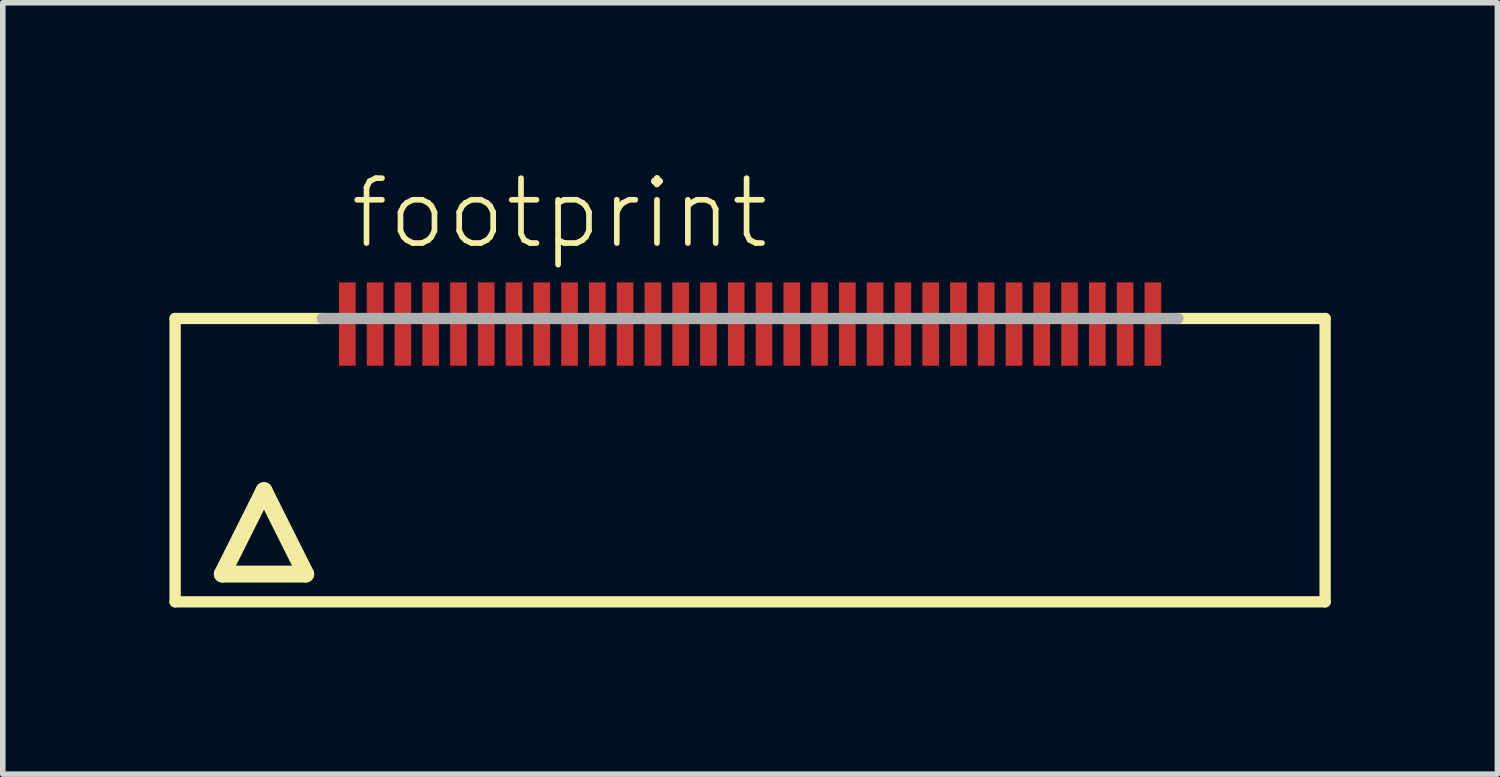
<source format=kicad_pcb>
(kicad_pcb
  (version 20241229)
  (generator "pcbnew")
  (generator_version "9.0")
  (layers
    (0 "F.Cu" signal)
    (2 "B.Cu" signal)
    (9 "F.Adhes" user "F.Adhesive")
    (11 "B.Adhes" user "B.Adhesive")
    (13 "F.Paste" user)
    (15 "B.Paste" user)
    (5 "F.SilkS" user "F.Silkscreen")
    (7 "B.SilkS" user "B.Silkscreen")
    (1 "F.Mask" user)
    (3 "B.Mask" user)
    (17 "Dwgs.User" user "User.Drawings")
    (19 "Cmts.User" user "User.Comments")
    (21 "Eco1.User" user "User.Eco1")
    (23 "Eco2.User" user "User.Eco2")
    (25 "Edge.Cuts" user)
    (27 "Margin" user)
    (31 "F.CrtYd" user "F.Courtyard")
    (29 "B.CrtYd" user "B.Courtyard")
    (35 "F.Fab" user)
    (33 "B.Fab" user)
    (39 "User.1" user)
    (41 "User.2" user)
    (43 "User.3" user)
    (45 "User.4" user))
  (footprint "footprint"
    (layer "F.Cu")
    (at 10.452 5.283)
    (property "Reference" "footprint" (at -7.25 -3.81 0) (layer "F.SilkS") (effects (font (size 1.168 1.168) (thickness 0.102)) (justify left bottom)))
    (fp_line (start -10.35 -2.6) (end -7.7 -2.6) (stroke (width 0.203) (type solid)) (layer "F.SilkS"))
    (fp_line (start -10.35 2.5) (end -10.35 -2.6) (stroke (width 0.203) (type solid)) (layer "F.SilkS"))
    (fp_line (start -9.5 2) (end -8 2) (stroke (width 0.305) (type solid)) (layer "F.SilkS"))
    (fp_line (start -8.75 0.5) (end -9.5 2) (stroke (width 0.305) (type solid)) (layer "F.SilkS"))
    (fp_line (start -8 2) (end -8.75 0.5) (stroke (width 0.305) (type solid)) (layer "F.SilkS"))
    (fp_line (start 7.7 -2.6) (end 10.35 -2.6) (stroke (width 0.203) (type solid)) (layer "F.SilkS"))
    (fp_line (start 10.35 -2.6) (end 10.35 2.5) (stroke (width 0.203) (type solid)) (layer "F.SilkS"))
    (fp_line (start 10.35 2.5) (end -10.35 2.5) (stroke (width 0.203) (type solid)) (layer "F.SilkS"))
    (fp_line (start -7.7 -2.6) (end 7.7 -2.6) (stroke (width 0.203) (type solid)) (layer "F.Fab"))
    (pad "1" smd rect (at -7.25 -2.5) (size 0.3 1.5) (layers "F.Cu" "F.Mask" "F.Paste"))
    (pad "2" smd rect (at -6.75 -2.5) (size 0.3 1.5) (layers "F.Cu" "F.Mask" "F.Paste"))
    (pad "3" smd rect (at -6.25 -2.5) (size 0.3 1.5) (layers "F.Cu" "F.Mask" "F.Paste"))
    (pad "4" smd rect (at -5.75 -2.5) (size 0.3 1.5) (layers "F.Cu" "F.Mask" "F.Paste"))
    (pad "5" smd rect (at -5.25 -2.5) (size 0.3 1.5) (layers "F.Cu" "F.Mask" "F.Paste"))
    (pad "6" smd rect (at -4.75 -2.5) (size 0.3 1.5) (layers "F.Cu" "F.Mask" "F.Paste"))
    (pad "7" smd rect (at -4.25 -2.5) (size 0.3 1.5) (layers "F.Cu" "F.Mask" "F.Paste"))
    (pad "8" smd rect (at -3.75 -2.5) (size 0.3 1.5) (layers "F.Cu" "F.Mask" "F.Paste"))
    (pad "9" smd rect (at -3.25 -2.5) (size 0.3 1.5) (layers "F.Cu" "F.Mask" "F.Paste"))
    (pad "10" smd rect (at -2.75 -2.5) (size 0.3 1.5) (layers "F.Cu" "F.Mask" "F.Paste"))
    (pad "11" smd rect (at -2.25 -2.5) (size 0.3 1.5) (layers "F.Cu" "F.Mask" "F.Paste"))
    (pad "12" smd rect (at -1.75 -2.5) (size 0.3 1.5) (layers "F.Cu" "F.Mask" "F.Paste"))
    (pad "13" smd rect (at -1.25 -2.5) (size 0.3 1.5) (layers "F.Cu" "F.Mask" "F.Paste"))
    (pad "14" smd rect (at -0.75 -2.5) (size 0.3 1.5) (layers "F.Cu" "F.Mask" "F.Paste"))
    (pad "15" smd rect (at -0.25 -2.5) (size 0.3 1.5) (layers "F.Cu" "F.Mask" "F.Paste"))
    (pad "16" smd rect (at 0.25 -2.5) (size 0.3 1.5) (layers "F.Cu" "F.Mask" "F.Paste"))
    (pad "17" smd rect (at 0.75 -2.5) (size 0.3 1.5) (layers "F.Cu" "F.Mask" "F.Paste"))
    (pad "18" smd rect (at 1.25 -2.5) (size 0.3 1.5) (layers "F.Cu" "F.Mask" "F.Paste"))
    (pad "19" smd rect (at 1.75 -2.5) (size 0.3 1.5) (layers "F.Cu" "F.Mask" "F.Paste"))
    (pad "20" smd rect (at 2.25 -2.5) (size 0.3 1.5) (layers "F.Cu" "F.Mask" "F.Paste"))
    (pad "21" smd rect (at 2.75 -2.5) (size 0.3 1.5) (layers "F.Cu" "F.Mask" "F.Paste"))
    (pad "22" smd rect (at 3.25 -2.5) (size 0.3 1.5) (layers "F.Cu" "F.Mask" "F.Paste"))
    (pad "23" smd rect (at 3.75 -2.5) (size 0.3 1.5) (layers "F.Cu" "F.Mask" "F.Paste"))
    (pad "24" smd rect (at 4.25 -2.5) (size 0.3 1.5) (layers "F.Cu" "F.Mask" "F.Paste"))
    (pad "25" smd rect (at 4.75 -2.5) (size 0.3 1.5) (layers "F.Cu" "F.Mask" "F.Paste"))
    (pad "26" smd rect (at 5.25 -2.5) (size 0.3 1.5) (layers "F.Cu" "F.Mask" "F.Paste"))
    (pad "27" smd rect (at 5.75 -2.5) (size 0.3 1.5) (layers "F.Cu" "F.Mask" "F.Paste"))
    (pad "28" smd rect (at 6.25 -2.5) (size 0.3 1.5) (layers "F.Cu" "F.Mask" "F.Paste"))
    (pad "29" smd rect (at 6.75 -2.5) (size 0.3 1.5) (layers "F.Cu" "F.Mask" "F.Paste"))
    (pad "30" smd rect (at 7.25 -2.5) (size 0.3 1.5) (layers "F.Cu" "F.Mask" "F.Paste")))
  (gr_rect
    (start -3 -3)
    (end 23.903 10.885)
    (stroke (width 0.1) (type default))
    (fill no)
    (layer "Edge.Cuts")))
</source>
